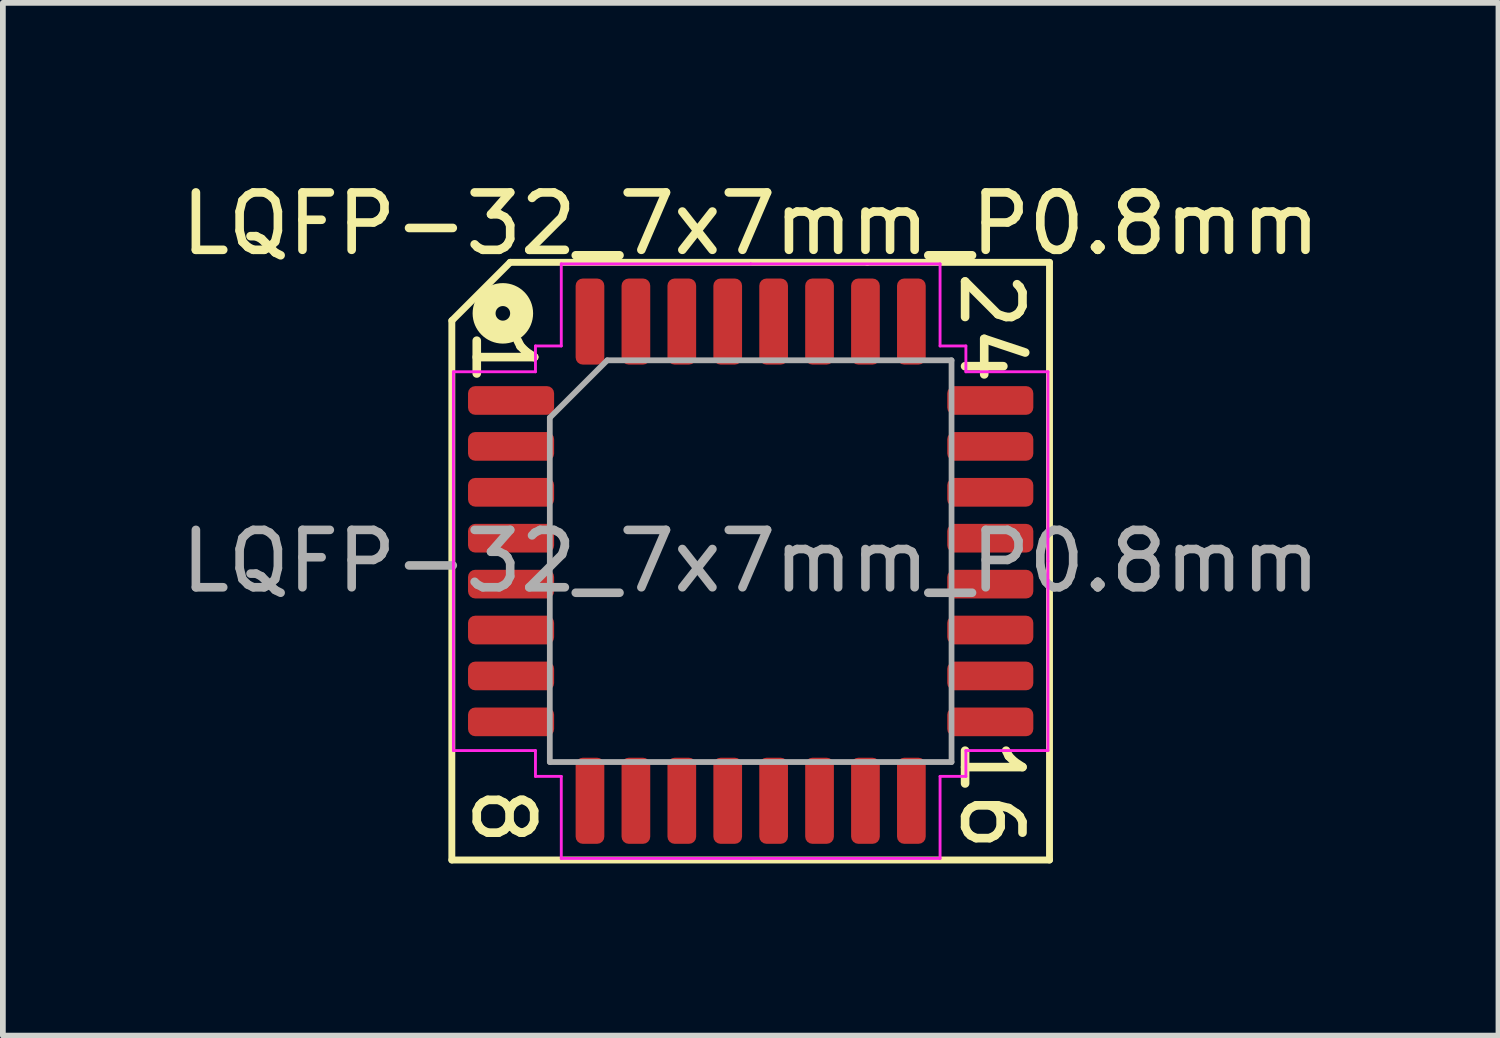
<source format=kicad_pcb>
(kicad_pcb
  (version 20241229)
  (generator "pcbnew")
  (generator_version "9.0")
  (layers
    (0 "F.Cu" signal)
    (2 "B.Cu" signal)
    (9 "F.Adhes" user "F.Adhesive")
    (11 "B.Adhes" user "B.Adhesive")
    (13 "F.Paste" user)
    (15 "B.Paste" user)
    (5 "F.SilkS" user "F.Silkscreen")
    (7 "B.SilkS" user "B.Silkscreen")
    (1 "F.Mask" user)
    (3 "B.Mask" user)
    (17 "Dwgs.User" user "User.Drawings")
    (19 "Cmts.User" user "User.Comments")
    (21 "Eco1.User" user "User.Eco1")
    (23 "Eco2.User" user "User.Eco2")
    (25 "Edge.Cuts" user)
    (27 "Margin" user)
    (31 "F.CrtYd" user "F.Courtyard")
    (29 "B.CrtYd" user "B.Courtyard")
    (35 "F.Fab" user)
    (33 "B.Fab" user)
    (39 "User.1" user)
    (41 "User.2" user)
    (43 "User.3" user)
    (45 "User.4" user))
  (footprint "LQFP-32_7x7mm_P0.8mm"
    (layer "F.Cu")
    (at 10.03 6.728)
    (property "Reference" "LQFP-32_7x7mm_P0.8mm" (at 0 -5.88 0) (layer "F.SilkS") (effects (font (size 1 1) (thickness 0.15))))
    (attr smd)
    (fp_line (start -5.207 -4.191) (end -5.207 5.207) (stroke (width 0.12) (type solid)) (layer "F.SilkS"))
    (fp_line (start -5.207 5.207) (end 5.207 5.207) (stroke (width 0.12) (type solid)) (layer "F.SilkS"))
    (fp_line (start -4.191 -5.207) (end -5.207 -4.191) (stroke (width 0.12) (type solid)) (layer "F.SilkS"))
    (fp_line (start 2.032 -5.207) (end -4.191 -5.207) (stroke (width 0.12) (type solid)) (layer "F.SilkS"))
    (fp_line (start 5.207 -5.207) (end 2.032 -5.207) (stroke (width 0.12) (type solid)) (layer "F.SilkS"))
    (fp_line (start 5.207 5.207) (end 5.207 -5.207) (stroke (width 0.12) (type solid)) (layer "F.SilkS"))
    (fp_circle (center -4.318 -4.318) (end -4.191 -4.318) (stroke (width 0.4) (type solid)) (fill no) (layer "F.SilkS"))
    (fp_line (start -5.18 -3.3) (end -5.18 0) (stroke (width 0.05) (type solid)) (layer "F.CrtYd"))
    (fp_line (start -5.18 3.3) (end -5.18 0) (stroke (width 0.05) (type solid)) (layer "F.CrtYd"))
    (fp_line (start -3.75 -3.75) (end -3.75 -3.3) (stroke (width 0.05) (type solid)) (layer "F.CrtYd"))
    (fp_line (start -3.75 -3.3) (end -5.18 -3.3) (stroke (width 0.05) (type solid)) (layer "F.CrtYd"))
    (fp_line (start -3.75 3.3) (end -5.18 3.3) (stroke (width 0.05) (type solid)) (layer "F.CrtYd"))
    (fp_line (start -3.75 3.75) (end -3.75 3.3) (stroke (width 0.05) (type solid)) (layer "F.CrtYd"))
    (fp_line (start -3.3 -5.18) (end -3.3 -3.75) (stroke (width 0.05) (type solid)) (layer "F.CrtYd"))
    (fp_line (start -3.3 -3.75) (end -3.75 -3.75) (stroke (width 0.05) (type solid)) (layer "F.CrtYd"))
    (fp_line (start -3.3 3.75) (end -3.75 3.75) (stroke (width 0.05) (type solid)) (layer "F.CrtYd"))
    (fp_line (start -3.3 5.18) (end -3.3 3.75) (stroke (width 0.05) (type solid)) (layer "F.CrtYd"))
    (fp_line (start 0 -5.18) (end -3.3 -5.18) (stroke (width 0.05) (type solid)) (layer "F.CrtYd"))
    (fp_line (start 0 -5.18) (end 3.3 -5.18) (stroke (width 0.05) (type solid)) (layer "F.CrtYd"))
    (fp_line (start 0 5.18) (end -3.3 5.18) (stroke (width 0.05) (type solid)) (layer "F.CrtYd"))
    (fp_line (start 0 5.18) (end 3.3 5.18) (stroke (width 0.05) (type solid)) (layer "F.CrtYd"))
    (fp_line (start 3.3 -5.18) (end 3.3 -3.75) (stroke (width 0.05) (type solid)) (layer "F.CrtYd"))
    (fp_line (start 3.3 -3.75) (end 3.75 -3.75) (stroke (width 0.05) (type solid)) (layer "F.CrtYd"))
    (fp_line (start 3.3 3.75) (end 3.75 3.75) (stroke (width 0.05) (type solid)) (layer "F.CrtYd"))
    (fp_line (start 3.3 5.18) (end 3.3 3.75) (stroke (width 0.05) (type solid)) (layer "F.CrtYd"))
    (fp_line (start 3.75 -3.75) (end 3.75 -3.3) (stroke (width 0.05) (type solid)) (layer "F.CrtYd"))
    (fp_line (start 3.75 -3.3) (end 5.18 -3.3) (stroke (width 0.05) (type solid)) (layer "F.CrtYd"))
    (fp_line (start 3.75 3.3) (end 5.18 3.3) (stroke (width 0.05) (type solid)) (layer "F.CrtYd"))
    (fp_line (start 3.75 3.75) (end 3.75 3.3) (stroke (width 0.05) (type solid)) (layer "F.CrtYd"))
    (fp_line (start 5.18 -3.3) (end 5.18 0) (stroke (width 0.05) (type solid)) (layer "F.CrtYd"))
    (fp_line (start 5.18 3.3) (end 5.18 0) (stroke (width 0.05) (type solid)) (layer "F.CrtYd"))
    (fp_line (start -3.5 -2.5) (end -2.5 -3.5) (stroke (width 0.1) (type solid)) (layer "F.Fab"))
    (fp_line (start -3.5 3.5) (end -3.5 -2.5) (stroke (width 0.1) (type solid)) (layer "F.Fab"))
    (fp_line (start -2.5 -3.5) (end 3.5 -3.5) (stroke (width 0.1) (type solid)) (layer "F.Fab"))
    (fp_line (start 3.5 -3.5) (end 3.5 3.5) (stroke (width 0.1) (type solid)) (layer "F.Fab"))
    (fp_line (start 3.5 3.5) (end -3.5 3.5) (stroke (width 0.1) (type solid)) (layer "F.Fab"))
    (fp_text user "16" (at 4.191 4.064 270) (unlocked yes) (layer "F.SilkS") (effects (font (size 1 1) (thickness 0.15))))
    (fp_text user "24" (at 4.191 -4.064 270) (unlocked yes) (layer "F.SilkS") (effects (font (size 1 1) (thickness 0.15))))
    (fp_text user "1" (at -4.318 -3.556 270) (unlocked yes) (layer "F.SilkS") (effects (font (size 1 1) (thickness 0.15))))
    (fp_text user "8" (at -4.318 4.445 270) (unlocked yes) (layer "F.SilkS") (effects (font (size 1 1) (thickness 0.15))))
    (fp_text user "${REFERENCE}" (at 0 0 0) (layer "F.Fab") (effects (font (size 1 1) (thickness 0.15))))
    (pad "1" smd roundrect (at -4.175 -2.8) (size 1.5 0.5) (layers "F.Cu" "F.Mask" "F.Paste") (roundrect_rratio 0.25))
    (pad "2" smd roundrect (at -4.175 -2) (size 1.5 0.5) (layers "F.Cu" "F.Mask" "F.Paste") (roundrect_rratio 0.25))
    (pad "3" smd roundrect (at -4.175 -1.2) (size 1.5 0.5) (layers "F.Cu" "F.Mask" "F.Paste") (roundrect_rratio 0.25))
    (pad "4" smd roundrect (at -4.175 -0.4) (size 1.5 0.5) (layers "F.Cu" "F.Mask" "F.Paste") (roundrect_rratio 0.25))
    (pad "5" smd roundrect (at -4.175 0.4) (size 1.5 0.5) (layers "F.Cu" "F.Mask" "F.Paste") (roundrect_rratio 0.25))
    (pad "6" smd roundrect (at -4.175 1.2) (size 1.5 0.5) (layers "F.Cu" "F.Mask" "F.Paste") (roundrect_rratio 0.25))
    (pad "7" smd roundrect (at -4.175 2) (size 1.5 0.5) (layers "F.Cu" "F.Mask" "F.Paste") (roundrect_rratio 0.25))
    (pad "8" smd roundrect (at -4.175 2.8) (size 1.5 0.5) (layers "F.Cu" "F.Mask" "F.Paste") (roundrect_rratio 0.25))
    (pad "9" smd roundrect (at -2.8 4.175) (size 0.5 1.5) (layers "F.Cu" "F.Mask" "F.Paste") (roundrect_rratio 0.25))
    (pad "10" smd roundrect (at -2 4.175) (size 0.5 1.5) (layers "F.Cu" "F.Mask" "F.Paste") (roundrect_rratio 0.25))
    (pad "11" smd roundrect (at -1.2 4.175) (size 0.5 1.5) (layers "F.Cu" "F.Mask" "F.Paste") (roundrect_rratio 0.25))
    (pad "12" smd roundrect (at -0.4 4.175) (size 0.5 1.5) (layers "F.Cu" "F.Mask" "F.Paste") (roundrect_rratio 0.25))
    (pad "13" smd roundrect (at 0.4 4.175) (size 0.5 1.5) (layers "F.Cu" "F.Mask" "F.Paste") (roundrect_rratio 0.25))
    (pad "14" smd roundrect (at 1.2 4.175) (size 0.5 1.5) (layers "F.Cu" "F.Mask" "F.Paste") (roundrect_rratio 0.25))
    (pad "15" smd roundrect (at 2 4.175) (size 0.5 1.5) (layers "F.Cu" "F.Mask" "F.Paste") (roundrect_rratio 0.25))
    (pad "16" smd roundrect (at 2.8 4.175) (size 0.5 1.5) (layers "F.Cu" "F.Mask" "F.Paste") (roundrect_rratio 0.25))
    (pad "17" smd roundrect (at 4.175 2.8) (size 1.5 0.5) (layers "F.Cu" "F.Mask" "F.Paste") (roundrect_rratio 0.25))
    (pad "18" smd roundrect (at 4.175 2) (size 1.5 0.5) (layers "F.Cu" "F.Mask" "F.Paste") (roundrect_rratio 0.25))
    (pad "19" smd roundrect (at 4.175 1.2) (size 1.5 0.5) (layers "F.Cu" "F.Mask" "F.Paste") (roundrect_rratio 0.25))
    (pad "20" smd roundrect (at 4.175 0.4) (size 1.5 0.5) (layers "F.Cu" "F.Mask" "F.Paste") (roundrect_rratio 0.25))
    (pad "21" smd roundrect (at 4.175 -0.4) (size 1.5 0.5) (layers "F.Cu" "F.Mask" "F.Paste") (roundrect_rratio 0.25))
    (pad "22" smd roundrect (at 4.175 -1.2) (size 1.5 0.5) (layers "F.Cu" "F.Mask" "F.Paste") (roundrect_rratio 0.25))
    (pad "23" smd roundrect (at 4.175 -2) (size 1.5 0.5) (layers "F.Cu" "F.Mask" "F.Paste") (roundrect_rratio 0.25))
    (pad "24" smd roundrect (at 4.175 -2.8) (size 1.5 0.5) (layers "F.Cu" "F.Mask" "F.Paste") (roundrect_rratio 0.25))
    (pad "25" smd roundrect (at 2.8 -4.175) (size 0.5 1.5) (layers "F.Cu" "F.Mask" "F.Paste") (roundrect_rratio 0.25))
    (pad "26" smd roundrect (at 2 -4.175) (size 0.5 1.5) (layers "F.Cu" "F.Mask" "F.Paste") (roundrect_rratio 0.25))
    (pad "27" smd roundrect (at 1.2 -4.175) (size 0.5 1.5) (layers "F.Cu" "F.Mask" "F.Paste") (roundrect_rratio 0.25))
    (pad "28" smd roundrect (at 0.4 -4.175) (size 0.5 1.5) (layers "F.Cu" "F.Mask" "F.Paste") (roundrect_rratio 0.25))
    (pad "29" smd roundrect (at -0.4 -4.175) (size 0.5 1.5) (layers "F.Cu" "F.Mask" "F.Paste") (roundrect_rratio 0.25))
    (pad "30" smd roundrect (at -1.2 -4.175) (size 0.5 1.5) (layers "F.Cu" "F.Mask" "F.Paste") (roundrect_rratio 0.25))
    (pad "31" smd roundrect (at -2 -4.175) (size 0.5 1.5) (layers "F.Cu" "F.Mask" "F.Paste") (roundrect_rratio 0.25))
    (pad "32" smd roundrect (at -2.8 -4.175) (size 0.5 1.5) (layers "F.Cu" "F.Mask" "F.Paste") (roundrect_rratio 0.25)))
  (gr_rect
    (start -3 -3)
    (end 23.06 14.995)
    (stroke (width 0.1) (type default))
    (fill no)
    (layer "Edge.Cuts")))
</source>
